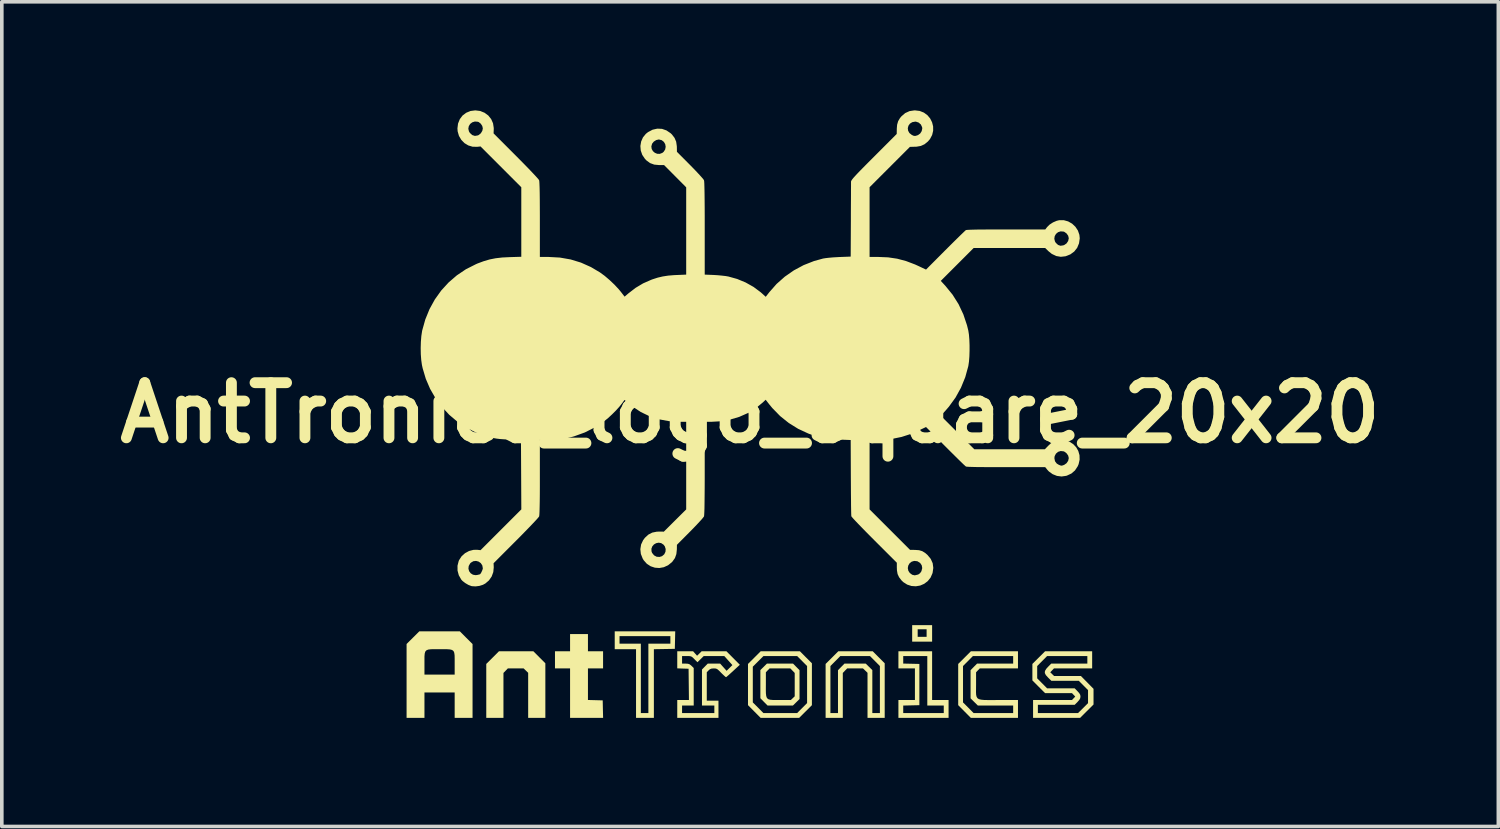
<source format=kicad_pcb>
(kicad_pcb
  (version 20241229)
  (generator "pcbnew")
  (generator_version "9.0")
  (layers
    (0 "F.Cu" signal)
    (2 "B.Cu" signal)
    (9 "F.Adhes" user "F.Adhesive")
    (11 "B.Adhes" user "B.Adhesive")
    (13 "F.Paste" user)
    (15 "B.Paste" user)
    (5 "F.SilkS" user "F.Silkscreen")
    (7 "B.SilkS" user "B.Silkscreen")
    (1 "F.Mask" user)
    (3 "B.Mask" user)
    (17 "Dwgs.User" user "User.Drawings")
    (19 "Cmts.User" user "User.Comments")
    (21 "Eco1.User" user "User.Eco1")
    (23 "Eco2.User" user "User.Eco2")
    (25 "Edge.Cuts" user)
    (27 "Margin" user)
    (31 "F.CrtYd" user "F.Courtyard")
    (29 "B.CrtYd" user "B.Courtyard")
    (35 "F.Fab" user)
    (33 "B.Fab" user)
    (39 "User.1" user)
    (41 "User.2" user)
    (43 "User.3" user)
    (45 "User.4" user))
  (footprint "AntTronics_logo_square_20x20"
    (layer "F.Cu")
    (at 17.678 8.36)
    (property "Reference" "AntTronics_logo_square_20x20" (at 0 0 0) (layer "F.SilkS") (effects (font (size 1.524 1.524) (thickness 0.3))))
    (attr board_only exclude_from_pos_files exclude_from_bom)
    (fp_poly (pts (xy 5.031 6.322) (xy 4.48 6.322) (xy 4.48 6.189) (xy 4.632 6.189) (xy 4.879 6.189) (xy 4.879 5.98) (xy 4.632 5.98) (xy 4.632 6.189) (xy 4.48 6.189) (xy 4.48 5.866) (xy 5.031 5.866)) (stroke (width 0) (type solid)) (fill yes) (layer "F.SilkS"))
    (fp_poly (pts (xy -4.48 6.587) (xy -4.062 6.587) (xy -4.062 7.062) (xy -4.48 7.062) (xy -4.48 7.934) (xy -4.072 7.945) (xy -4.067 8.187) (xy -4.061 8.429) (xy -4.974 8.429) (xy -4.974 7.062) (xy -5.391 7.062) (xy -5.391 6.587) (xy -4.974 6.587) (xy -4.974 6.113) (xy -4.48 6.113)) (stroke (width 0) (type solid)) (fill yes) (layer "F.SilkS"))
    (fp_poly (pts (xy -5.823 6.754) (xy -5.657 6.92) (xy -5.657 8.429) (xy -6.132 8.429) (xy -6.132 7.183) (xy -6.194 7.123) (xy -6.257 7.062) (xy -6.694 7.062) (xy -6.754 7.124) (xy -6.815 7.187) (xy -6.815 8.429) (xy -7.29 8.429) (xy -7.29 6.938) (xy -7.114 6.763) (xy -6.938 6.587) (xy -5.989 6.587)) (stroke (width 0) (type solid)) (fill yes) (layer "F.SilkS"))
    (fp_poly (pts (xy -2.079 6.521) (xy -2.368 6.526) (xy -2.658 6.531) (xy -2.658 8.429) (xy -3.151 8.429) (xy -3.151 6.53) (xy -3.74 6.53) (xy -3.74 6.378) (xy -3.607 6.378) (xy -3.018 6.378) (xy -3.018 8.296) (xy -2.81 8.296) (xy -2.81 6.378) (xy -2.202 6.378) (xy -2.202 6.17) (xy -3.607 6.17) (xy -3.607 6.378) (xy -3.74 6.378) (xy -3.74 6.037) (xy -2.068 6.037)) (stroke (width 0) (type solid)) (fill yes) (layer "F.SilkS"))
    (fp_poly (pts (xy 1.543 6.754) (xy 1.709 6.92) (xy 1.709 8.078) (xy 1.357 8.429) (xy 0.293 8.429) (xy 0.118 8.253) (xy -0.057 8.077) (xy -0.057 8.001) (xy 0.076 8.001) (xy 0.223 8.148) (xy 0.369 8.296) (xy 1.301 8.296) (xy 1.576 8.02) (xy 1.576 6.996) (xy 1.301 6.72) (xy 0.371 6.72) (xy 0.223 6.867) (xy 0.076 7.014) (xy 0.076 8.001) (xy -0.057 8.001) (xy -0.057 6.938) (xy 0.119 6.763) (xy 0.295 6.587) (xy 1.377 6.587)) (stroke (width 0) (type solid)) (fill yes) (layer "F.SilkS"))
    (fp_poly (pts (xy 5.031 7.935) (xy 5.486 7.935) (xy 5.486 8.429) (xy 4.1 8.429) (xy 4.1 8.296) (xy 4.233 8.296) (xy 5.353 8.296) (xy 5.353 8.087) (xy 4.898 8.087) (xy 4.898 6.72) (xy 4.233 6.72) (xy 4.233 6.928) (xy 4.456 6.933) (xy 4.679 6.938) (xy 4.679 8.078) (xy 4.456 8.083) (xy 4.233 8.088) (xy 4.233 8.296) (xy 4.1 8.296) (xy 4.1 7.935) (xy 4.556 7.935) (xy 4.556 7.062) (xy 4.1 7.062) (xy 4.1 6.587) (xy 5.031 6.587)) (stroke (width 0) (type solid)) (fill yes) (layer "F.SilkS"))
    (fp_poly (pts (xy 1.367 7.111) (xy 1.367 7.908) (xy 1.276 7.998) (xy 1.185 8.087) (xy 0.483 8.087) (xy 0.384 7.987) (xy 0.285 7.886) (xy 0.285 7.646) (xy 0.436 7.646) (xy 0.438 7.75) (xy 0.447 7.826) (xy 0.466 7.878) (xy 0.5 7.91) (xy 0.553 7.927) (xy 0.629 7.934) (xy 0.732 7.935) (xy 0.823 7.935) (xy 1.127 7.935) (xy 1.181 7.884) (xy 1.234 7.833) (xy 1.234 7.187) (xy 1.113 7.062) (xy 0.539 7.062) (xy 0.488 7.115) (xy 0.437 7.168) (xy 0.437 7.508) (xy 0.436 7.646) (xy 0.285 7.646) (xy 0.285 7.108) (xy 0.466 6.929) (xy 1.188 6.929)) (stroke (width 0) (type solid)) (fill yes) (layer "F.SilkS"))
    (fp_poly (pts (xy 3.555 6.754) (xy 3.721 6.92) (xy 3.721 8.429) (xy 3.246 8.429) (xy 3.246 7.183) (xy 3.184 7.123) (xy 3.121 7.062) (xy 2.684 7.062) (xy 2.623 7.124) (xy 2.563 7.187) (xy 2.563 8.429) (xy 2.088 8.429) (xy 2.088 8.296) (xy 2.221 8.296) (xy 2.43 8.296) (xy 2.43 7.111) (xy 2.609 6.929) (xy 3.197 6.929) (xy 3.379 7.108) (xy 3.379 8.296) (xy 3.588 8.296) (xy 3.588 6.996) (xy 3.314 6.72) (xy 2.495 6.72) (xy 2.358 6.858) (xy 2.221 6.996) (xy 2.221 8.296) (xy 2.088 8.296) (xy 2.088 6.938) (xy 2.264 6.763) (xy 2.44 6.587) (xy 3.389 6.587)) (stroke (width 0) (type solid)) (fill yes) (layer "F.SilkS"))
    (fp_poly (pts (xy -7.845 6.213) (xy -7.669 6.389) (xy -7.669 8.429) (xy -8.163 8.429) (xy -8.163 7.726) (xy -8.998 7.726) (xy -8.998 8.429) (xy -9.492 8.429) (xy -9.492 6.838) (xy -8.998 6.838) (xy -8.998 6.923) (xy -8.998 7.233) (xy -8.163 7.233) (xy -8.163 6.925) (xy -8.163 6.796) (xy -8.165 6.699) (xy -8.175 6.628) (xy -8.196 6.581) (xy -8.235 6.552) (xy -8.294 6.537) (xy -8.38 6.531) (xy -8.496 6.53) (xy -8.578 6.53) (xy -8.715 6.53) (xy -8.818 6.532) (xy -8.893 6.541) (xy -8.943 6.561) (xy -8.975 6.597) (xy -8.991 6.652) (xy -8.998 6.731) (xy -8.998 6.838) (xy -9.492 6.838) (xy -9.492 6.387) (xy -9.316 6.212) (xy -9.14 6.037) (xy -8.02 6.037)) (stroke (width 0) (type solid)) (fill yes) (layer "F.SilkS"))
    (fp_poly (pts (xy 7.404 7.062) (xy 6.348 7.062) (xy 6.297 7.115) (xy 6.246 7.168) (xy 6.246 7.51) (xy 6.245 7.627) (xy 6.244 7.72) (xy 6.248 7.792) (xy 6.261 7.846) (xy 6.285 7.885) (xy 6.325 7.911) (xy 6.385 7.926) (xy 6.467 7.934) (xy 6.577 7.936) (xy 6.718 7.936) (xy 6.869 7.935) (xy 7.404 7.935) (xy 7.404 8.429) (xy 6.102 8.429) (xy 5.927 8.253) (xy 5.752 8.077) (xy 5.752 8.001) (xy 5.885 8.001) (xy 6.032 8.148) (xy 6.178 8.296) (xy 7.271 8.296) (xy 7.271 8.087) (xy 6.294 8.087) (xy 6.194 7.988) (xy 6.094 7.889) (xy 6.094 7.111) (xy 6.183 7.02) (xy 6.273 6.929) (xy 7.271 6.929) (xy 7.271 6.72) (xy 6.159 6.72) (xy 5.885 6.996) (xy 5.885 8.001) (xy 5.752 8.001) (xy 5.752 6.938) (xy 5.928 6.763) (xy 6.104 6.587) (xy 7.404 6.587)) (stroke (width 0) (type solid)) (fill yes) (layer "F.SilkS"))
    (fp_poly (pts (xy 9.454 7.062) (xy 8.398 7.062) (xy 8.347 7.115) (xy 8.296 7.169) (xy 8.402 7.271) (xy 9.143 7.271) (xy 9.317 7.448) (xy 9.492 7.626) (xy 9.492 8.059) (xy 9.306 8.244) (xy 9.121 8.429) (xy 7.821 8.429) (xy 7.821 7.935) (xy 8.897 7.935) (xy 8.941 7.888) (xy 8.986 7.84) (xy 8.897 7.745) (xy 8.153 7.745) (xy 7.977 7.569) (xy 7.802 7.393) (xy 7.802 7.336) (xy 7.935 7.336) (xy 8.072 7.474) (xy 8.209 7.612) (xy 8.971 7.612) (xy 9.051 7.694) (xy 9.1 7.75) (xy 9.125 7.795) (xy 9.131 7.84) (xy 9.124 7.887) (xy 9.098 7.933) (xy 9.051 7.987) (xy 8.971 8.068) (xy 7.954 8.068) (xy 7.954 8.296) (xy 9.064 8.296) (xy 9.202 8.159) (xy 9.34 8.022) (xy 9.34 7.661) (xy 9.212 7.532) (xy 9.085 7.404) (xy 8.326 7.404) (xy 8.235 7.314) (xy 8.174 7.246) (xy 8.145 7.188) (xy 8.15 7.132) (xy 8.187 7.071) (xy 8.233 7.02) (xy 8.323 6.929) (xy 9.321 6.929) (xy 9.321 6.72) (xy 8.209 6.72) (xy 7.935 6.996) (xy 7.935 7.336) (xy 7.802 7.336) (xy 7.802 6.938) (xy 8.154 6.587) (xy 9.454 6.587)) (stroke (width 0) (type solid)) (fill yes) (layer "F.SilkS"))
    (fp_poly (pts (xy -1.52 6.649) (xy -1.464 6.711) (xy -1.4 6.649) (xy -1.337 6.587) (xy -0.654 6.587) (xy -0.468 6.774) (xy -0.282 6.961) (xy -0.465 7.13) (xy -0.534 7.193) (xy -0.594 7.247) (xy -0.638 7.285) (xy -0.661 7.303) (xy -0.662 7.304) (xy -0.681 7.294) (xy -0.718 7.261) (xy -0.769 7.213) (xy -0.796 7.186) (xy -0.854 7.127) (xy -0.895 7.09) (xy -0.929 7.071) (xy -0.963 7.063) (xy -1.004 7.062) (xy -1.068 7.067) (xy -1.112 7.086) (xy -1.145 7.115) (xy -1.196 7.168) (xy -1.196 7.954) (xy -0.873 7.954) (xy -0.873 8.429) (xy -2.012 8.429) (xy -2.012 8.296) (xy -1.879 8.296) (xy -0.987 8.296) (xy -0.987 8.087) (xy -1.329 8.087) (xy -1.329 7.092) (xy -1.249 7.01) (xy -1.169 6.929) (xy -0.997 6.929) (xy -0.826 6.929) (xy -0.737 7.029) (xy -0.648 7.128) (xy -0.568 7.049) (xy -0.488 6.97) (xy -0.6 6.845) (xy -0.712 6.72) (xy -0.996 6.72) (xy -1.28 6.72) (xy -1.367 6.806) (xy -1.454 6.891) (xy -1.538 6.806) (xy -1.584 6.76) (xy -1.619 6.735) (xy -1.658 6.723) (xy -1.715 6.72) (xy -1.75 6.72) (xy -1.879 6.72) (xy -1.879 6.929) (xy -1.781 6.929) (xy -1.716 6.933) (xy -1.671 6.948) (xy -1.628 6.981) (xy -1.619 6.99) (xy -1.557 7.05) (xy -1.557 8.087) (xy -1.879 8.087) (xy -1.879 8.296) (xy -2.012 8.296) (xy -2.012 7.935) (xy -1.689 7.935) (xy -1.694 7.503) (xy -1.699 7.071) (xy -1.856 7.066) (xy -2.012 7.06) (xy -2.012 6.587) (xy -1.575 6.587)) (stroke (width 0) (type solid)) (fill yes) (layer "F.SilkS"))
    (fp_poly (pts (xy 4.688 -8.344) (xy 4.804 -8.298) (xy 4.901 -8.227) (xy 4.977 -8.136) (xy 5.03 -8.031) (xy 5.059 -7.917) (xy 5.06 -7.798) (xy 5.032 -7.68) (xy 4.973 -7.568) (xy 4.915 -7.5) (xy 4.822 -7.424) (xy 4.72 -7.377) (xy 4.6 -7.356) (xy 4.558 -7.355) (xy 4.418 -7.351) (xy 3.861 -6.794) (xy 3.303 -6.236) (xy 3.303 -4.309) (xy 3.547 -4.309) (xy 3.815 -4.298) (xy 4.065 -4.261) (xy 4.31 -4.196) (xy 4.558 -4.102) (xy 4.657 -4.057) (xy 4.863 -3.96) (xy 5.398 -4.497) (xy 5.516 -4.615) (xy 5.627 -4.725) (xy 5.715 -4.812) (xy 8.408 -4.812) (xy 8.426 -4.738) (xy 8.45 -4.699) (xy 8.512 -4.641) (xy 8.579 -4.618) (xy 8.657 -4.63) (xy 8.684 -4.64) (xy 8.747 -4.684) (xy 8.791 -4.751) (xy 8.808 -4.826) (xy 8.808 -4.826) (xy 8.791 -4.896) (xy 8.746 -4.959) (xy 8.684 -5.003) (xy 8.664 -5.01) (xy 8.582 -5.016) (xy 8.511 -4.993) (xy 8.455 -4.946) (xy 8.419 -4.884) (xy 8.408 -4.812) (xy 5.715 -4.812) (xy 5.728 -4.824) (xy 5.814 -4.909) (xy 5.885 -4.977) (xy 5.935 -5.025) (xy 5.963 -5.05) (xy 5.966 -5.052) (xy 5.993 -5.056) (xy 6.055 -5.06) (xy 6.152 -5.063) (xy 6.281 -5.066) (xy 6.441 -5.067) (xy 6.63 -5.069) (xy 6.845 -5.069) (xy 7.079 -5.069) (xy 8.158 -5.068) (xy 8.209 -5.135) (xy 8.279 -5.204) (xy 8.372 -5.264) (xy 8.474 -5.308) (xy 8.545 -5.325) (xy 8.671 -5.325) (xy 8.791 -5.291) (xy 8.9 -5.229) (xy 8.991 -5.143) (xy 9.06 -5.039) (xy 9.101 -4.921) (xy 9.111 -4.824) (xy 9.091 -4.685) (xy 9.04 -4.562) (xy 8.958 -4.458) (xy 8.851 -4.38) (xy 8.719 -4.328) (xy 8.587 -4.313) (xy 8.459 -4.335) (xy 8.338 -4.394) (xy 8.253 -4.462) (xy 8.156 -4.556) (xy 6.179 -4.556) (xy 5.725 -4.102) (xy 5.271 -3.648) (xy 5.399 -3.509) (xy 5.596 -3.267) (xy 5.762 -3.004) (xy 5.895 -2.721) (xy 5.996 -2.419) (xy 6.032 -2.272) (xy 6.049 -2.162) (xy 6.06 -2.025) (xy 6.066 -1.872) (xy 6.066 -1.713) (xy 6.061 -1.558) (xy 6.05 -1.418) (xy 6.033 -1.303) (xy 6.031 -1.291) (xy 5.947 -0.986) (xy 5.828 -0.695) (xy 5.678 -0.423) (xy 5.495 -0.171) (xy 5.399 -0.06) (xy 5.271 0.079) (xy 5.735 0.543) (xy 6.198 1.006) (xy 8.146 1.006) (xy 8.246 0.903) (xy 8.313 0.841) (xy 8.373 0.801) (xy 8.44 0.773) (xy 8.456 0.768) (xy 8.59 0.747) (xy 8.716 0.758) (xy 8.831 0.799) (xy 8.931 0.864) (xy 9.012 0.95) (xy 9.071 1.053) (xy 9.104 1.168) (xy 9.108 1.291) (xy 9.08 1.417) (xy 9.054 1.477) (xy 8.979 1.591) (xy 8.882 1.675) (xy 8.758 1.733) (xy 8.735 1.74) (xy 8.609 1.758) (xy 8.482 1.742) (xy 8.362 1.694) (xy 8.258 1.619) (xy 8.217 1.575) (xy 8.156 1.499) (xy 7.078 1.5) (xy 6.835 1.5) (xy 6.618 1.5) (xy 6.43 1.498) (xy 6.271 1.497) (xy 6.143 1.494) (xy 6.049 1.491) (xy 5.989 1.487) (xy 5.966 1.483) (xy 5.946 1.466) (xy 5.901 1.425) (xy 5.837 1.363) (xy 5.755 1.283) (xy 5.723 1.251) (xy 8.41 1.251) (xy 8.427 1.336) (xy 8.476 1.401) (xy 8.531 1.434) (xy 8.579 1.454) (xy 8.613 1.459) (xy 8.651 1.448) (xy 8.684 1.435) (xy 8.747 1.39) (xy 8.791 1.324) (xy 8.808 1.249) (xy 8.808 1.249) (xy 8.791 1.18) (xy 8.747 1.117) (xy 8.686 1.071) (xy 8.666 1.063) (xy 8.585 1.054) (xy 8.511 1.077) (xy 8.453 1.127) (xy 8.417 1.197) (xy 8.41 1.251) (xy 5.723 1.251) (xy 5.658 1.187) (xy 5.55 1.08) (xy 5.434 0.964) (xy 5.398 0.928) (xy 4.863 0.391) (xy 4.657 0.488) (xy 4.417 0.591) (xy 4.187 0.665) (xy 3.957 0.712) (xy 3.716 0.736) (xy 3.555 0.74) (xy 3.303 0.74) (xy 3.303 2.667) (xy 3.862 3.226) (xy 4.421 3.785) (xy 4.56 3.787) (xy 4.67 3.795) (xy 4.758 3.821) (xy 4.84 3.871) (xy 4.904 3.927) (xy 4.993 4.035) (xy 5.047 4.155) (xy 5.064 4.285) (xy 5.044 4.423) (xy 5.041 4.432) (xy 4.988 4.553) (xy 4.91 4.65) (xy 4.812 4.724) (xy 4.701 4.772) (xy 4.582 4.792) (xy 4.461 4.784) (xy 4.343 4.746) (xy 4.236 4.678) (xy 4.185 4.629) (xy 4.118 4.542) (xy 4.077 4.454) (xy 4.059 4.352) (xy 4.057 4.29) (xy 4.359 4.29) (xy 4.374 4.363) (xy 4.414 4.424) (xy 4.481 4.474) (xy 4.552 4.49) (xy 4.635 4.47) (xy 4.664 4.457) (xy 4.7 4.427) (xy 4.734 4.379) (xy 4.737 4.371) (xy 4.758 4.289) (xy 4.744 4.212) (xy 4.7 4.147) (xy 4.629 4.103) (xy 4.616 4.099) (xy 4.535 4.091) (xy 4.464 4.113) (xy 4.408 4.158) (xy 4.372 4.22) (xy 4.359 4.29) (xy 4.057 4.29) (xy 4.056 4.277) (xy 4.056 4.141) (xy 3.432 3.518) (xy 3.305 3.39) (xy 3.186 3.27) (xy 3.078 3.159) (xy 2.984 3.062) (xy 2.906 2.98) (xy 2.847 2.916) (xy 2.811 2.874) (xy 2.799 2.857) (xy 2.797 2.831) (xy 2.795 2.771) (xy 2.793 2.68) (xy 2.791 2.562) (xy 2.79 2.421) (xy 2.788 2.26) (xy 2.787 2.082) (xy 2.786 1.892) (xy 2.785 1.784) (xy 2.781 0.75) (xy 2.468 0.738) (xy 2.272 0.727) (xy 2.102 0.708) (xy 1.947 0.679) (xy 1.795 0.637) (xy 1.634 0.58) (xy 1.608 0.57) (xy 1.33 0.441) (xy 1.07 0.28) (xy 0.831 0.088) (xy 0.616 -0.132) (xy 0.532 -0.234) (xy 0.431 -0.363) (xy 0.353 -0.289) (xy 0.159 -0.129) (xy -0.06 0.005) (xy -0.3 0.111) (xy -0.557 0.187) (xy -0.827 0.233) (xy -1.077 0.247) (xy -1.253 0.247) (xy -1.253 1.527) (xy -1.253 1.824) (xy -1.254 2.083) (xy -1.256 2.304) (xy -1.258 2.489) (xy -1.26 2.636) (xy -1.264 2.746) (xy -1.268 2.82) (xy -1.272 2.858) (xy -1.273 2.861) (xy -1.292 2.888) (xy -1.333 2.938) (xy -1.395 3.006) (xy -1.472 3.089) (xy -1.561 3.182) (xy -1.657 3.28) (xy -2.021 3.646) (xy -2.023 3.773) (xy -2.037 3.903) (xy -2.076 4.012) (xy -2.144 4.108) (xy -2.16 4.126) (xy -2.267 4.212) (xy -2.384 4.265) (xy -2.507 4.287) (xy -2.63 4.278) (xy -2.747 4.239) (xy -2.852 4.171) (xy -2.939 4.073) (xy -2.967 4.027) (xy -3.018 3.898) (xy -3.032 3.766) (xy -3.03 3.754) (xy -2.726 3.754) (xy -2.723 3.827) (xy -2.707 3.87) (xy -2.653 3.937) (xy -2.581 3.976) (xy -2.501 3.981) (xy -2.433 3.96) (xy -2.372 3.909) (xy -2.338 3.84) (xy -2.332 3.763) (xy -2.356 3.688) (xy -2.39 3.643) (xy -2.456 3.599) (xy -2.527 3.587) (xy -2.595 3.601) (xy -2.656 3.636) (xy -2.702 3.689) (xy -2.726 3.754) (xy -3.03 3.754) (xy -3.011 3.637) (xy -2.954 3.516) (xy -2.905 3.451) (xy -2.809 3.363) (xy -2.702 3.308) (xy -2.577 3.283) (xy -2.517 3.281) (xy -2.382 3.282) (xy -2.074 2.975) (xy -1.765 2.668) (xy -1.765 0.247) (xy -1.941 0.246) (xy -2.238 0.229) (xy -2.516 0.178) (xy -2.777 0.093) (xy -3.022 -0.025) (xy -3.251 -0.177) (xy -3.327 -0.237) (xy -3.47 -0.357) (xy -3.533 -0.269) (xy -3.608 -0.175) (xy -3.704 -0.068) (xy -3.812 0.04) (xy -3.922 0.142) (xy -4.025 0.226) (xy -4.028 0.228) (xy -4.287 0.4) (xy -4.567 0.541) (xy -4.862 0.648) (xy -4.955 0.674) (xy -5.04 0.695) (xy -5.118 0.71) (xy -5.2 0.72) (xy -5.295 0.728) (xy -5.414 0.733) (xy -5.482 0.735) (xy -5.809 0.745) (xy -5.809 1.776) (xy -5.809 2.033) (xy -5.81 2.257) (xy -5.812 2.447) (xy -5.815 2.602) (xy -5.818 2.722) (xy -5.822 2.806) (xy -5.827 2.853) (xy -5.829 2.861) (xy -5.846 2.885) (xy -5.887 2.933) (xy -5.95 3.001) (xy -6.032 3.088) (xy -6.129 3.189) (xy -6.24 3.303) (xy -6.36 3.426) (xy -6.468 3.534) (xy -7.088 4.155) (xy -7.083 4.27) (xy -7.096 4.4) (xy -7.141 4.522) (xy -7.216 4.63) (xy -7.314 4.714) (xy -7.38 4.75) (xy -7.477 4.781) (xy -7.582 4.795) (xy -7.679 4.79) (xy -7.701 4.786) (xy -7.784 4.754) (xy -7.871 4.703) (xy -7.946 4.645) (xy -7.981 4.607) (xy -8.049 4.488) (xy -8.084 4.358) (xy -8.084 4.306) (xy -7.783 4.306) (xy -7.763 4.376) (xy -7.72 4.433) (xy -7.658 4.472) (xy -7.582 4.485) (xy -7.527 4.477) (xy -7.486 4.466) (xy -7.465 4.461) (xy -7.465 4.461) (xy -7.449 4.445) (xy -7.426 4.407) (xy -7.404 4.359) (xy -7.388 4.315) (xy -7.385 4.294) (xy -7.4 4.214) (xy -7.442 4.151) (xy -7.503 4.109) (xy -7.573 4.091) (xy -7.646 4.099) (xy -7.713 4.138) (xy -7.735 4.16) (xy -7.775 4.232) (xy -7.783 4.306) (xy -8.084 4.306) (xy -8.085 4.224) (xy -8.052 4.094) (xy -8.042 4.071) (xy -7.973 3.964) (xy -7.878 3.878) (xy -7.766 3.817) (xy -7.643 3.785) (xy -7.537 3.784) (xy -7.448 3.794) (xy -6.321 2.667) (xy -6.326 1.708) (xy -6.331 0.75) (xy -6.644 0.738) (xy -6.788 0.731) (xy -6.905 0.723) (xy -7.006 0.711) (xy -7.1 0.694) (xy -7.199 0.67) (xy -7.296 0.643) (xy -7.577 0.542) (xy -7.842 0.408) (xy -8.088 0.244) (xy -8.313 0.053) (xy -8.515 -0.164) (xy -8.692 -0.404) (xy -8.842 -0.664) (xy -8.961 -0.941) (xy -9.048 -1.234) (xy -9.068 -1.325) (xy -9.087 -1.461) (xy -9.099 -1.62) (xy -9.102 -1.792) (xy -9.097 -1.965) (xy -9.084 -2.126) (xy -9.063 -2.263) (xy -9.06 -2.278) (xy -8.975 -2.581) (xy -8.858 -2.868) (xy -8.711 -3.135) (xy -8.535 -3.381) (xy -8.332 -3.603) (xy -8.104 -3.8) (xy -7.853 -3.969) (xy -7.58 -4.107) (xy -7.533 -4.128) (xy -7.361 -4.192) (xy -7.198 -4.24) (xy -7.031 -4.273) (xy -6.849 -4.294) (xy -6.649 -4.304) (xy -6.322 -4.314) (xy -6.322 -6.236) (xy -7.448 -7.363) (xy -7.537 -7.353) (xy -7.666 -7.355) (xy -7.787 -7.391) (xy -7.893 -7.455) (xy -7.98 -7.545) (xy -8.045 -7.655) (xy -8.081 -7.78) (xy -8.086 -7.852) (xy -7.786 -7.852) (xy -7.768 -7.778) (xy -7.743 -7.737) (xy -7.677 -7.677) (xy -7.603 -7.654) (xy -7.523 -7.668) (xy -7.498 -7.679) (xy -7.44 -7.727) (xy -7.399 -7.795) (xy -7.385 -7.863) (xy -7.401 -7.93) (xy -7.442 -7.992) (xy -7.498 -8.036) (xy -7.522 -8.045) (xy -7.605 -8.052) (xy -7.678 -8.029) (xy -7.736 -7.984) (xy -7.773 -7.922) (xy -7.786 -7.852) (xy -8.086 -7.852) (xy -8.087 -7.86) (xy -8.07 -7.996) (xy -8.021 -8.117) (xy -7.945 -8.218) (xy -7.844 -8.294) (xy -7.725 -8.343) (xy -7.593 -8.36) (xy -7.458 -8.343) (xy -7.337 -8.294) (xy -7.234 -8.218) (xy -7.155 -8.12) (xy -7.103 -8.003) (xy -7.083 -7.872) (xy -7.083 -7.839) (xy -7.088 -7.724) (xy -6.468 -7.103) (xy -6.341 -6.975) (xy -6.222 -6.854) (xy -6.113 -6.742) (xy -6.018 -6.642) (xy -5.939 -6.558) (xy -5.88 -6.493) (xy -5.842 -6.448) (xy -5.829 -6.429) (xy -5.824 -6.396) (xy -5.82 -6.326) (xy -5.816 -6.22) (xy -5.813 -6.077) (xy -5.811 -5.9) (xy -5.81 -5.688) (xy -5.809 -5.443) (xy -5.809 -5.343) (xy -5.809 -4.309) (xy -5.567 -4.309) (xy -5.255 -4.292) (xy -4.958 -4.24) (xy -4.673 -4.153) (xy -4.398 -4.03) (xy -4.148 -3.882) (xy -4.018 -3.787) (xy -3.88 -3.669) (xy -3.745 -3.541) (xy -3.626 -3.413) (xy -3.57 -3.345) (xy -3.467 -3.212) (xy -3.361 -3.303) (xy -3.162 -3.456) (xy -2.956 -3.579) (xy -2.731 -3.678) (xy -2.696 -3.691) (xy -2.554 -3.737) (xy -2.414 -3.77) (xy -2.266 -3.793) (xy -2.097 -3.807) (xy -2.026 -3.81) (xy -1.765 -3.821) (xy -1.765 -6.233) (xy -2.071 -6.541) (xy -2.377 -6.849) (xy -2.512 -6.848) (xy -2.648 -6.861) (xy -2.763 -6.903) (xy -2.864 -6.977) (xy -2.905 -7.02) (xy -2.979 -7.13) (xy -3.021 -7.251) (xy -3.03 -7.363) (xy -2.728 -7.363) (xy -2.718 -7.293) (xy -2.684 -7.233) (xy -2.631 -7.187) (xy -2.566 -7.16) (xy -2.495 -7.158) (xy -2.426 -7.184) (xy -2.39 -7.212) (xy -2.346 -7.279) (xy -2.332 -7.354) (xy -2.345 -7.427) (xy -2.383 -7.49) (xy -2.441 -7.536) (xy -2.516 -7.555) (xy -2.525 -7.555) (xy -2.594 -7.539) (xy -2.66 -7.497) (xy -2.707 -7.439) (xy -2.728 -7.363) (xy -3.03 -7.363) (xy -3.031 -7.376) (xy -3.01 -7.499) (xy -2.96 -7.613) (xy -2.88 -7.711) (xy -2.82 -7.759) (xy -2.693 -7.826) (xy -2.563 -7.855) (xy -2.434 -7.849) (xy -2.31 -7.806) (xy -2.196 -7.729) (xy -2.16 -7.695) (xy -2.087 -7.6) (xy -2.042 -7.494) (xy -2.024 -7.369) (xy -2.023 -7.342) (xy -2.021 -7.215) (xy -1.657 -6.849) (xy -1.56 -6.75) (xy -1.471 -6.657) (xy -1.394 -6.574) (xy -1.333 -6.506) (xy -1.291 -6.456) (xy -1.273 -6.429) (xy -1.268 -6.398) (xy -1.264 -6.33) (xy -1.261 -6.226) (xy -1.258 -6.085) (xy -1.256 -5.907) (xy -1.254 -5.692) (xy -1.253 -5.439) (xy -1.253 -5.149) (xy -1.253 -5.099) (xy -1.253 -3.821) (xy -1.001 -3.811) (xy -0.89 -3.804) (xy -0.776 -3.793) (xy -0.672 -3.781) (xy -0.598 -3.768) (xy -0.357 -3.701) (xy -0.123 -3.604) (xy 0.096 -3.481) (xy 0.292 -3.335) (xy 0.332 -3.3) (xy 0.433 -3.208) (xy 0.533 -3.336) (xy 0.733 -3.563) (xy 0.96 -3.764) (xy 1.21 -3.938) (xy 1.48 -4.083) (xy 1.767 -4.196) (xy 2.017 -4.265) (xy 2.085 -4.276) (xy 2.18 -4.287) (xy 2.293 -4.297) (xy 2.411 -4.304) (xy 2.468 -4.307) (xy 2.781 -4.319) (xy 2.786 -5.325) (xy 2.786 -5.519) (xy 2.787 -5.702) (xy 2.788 -5.872) (xy 2.789 -6.024) (xy 2.789 -6.154) (xy 2.79 -6.26) (xy 2.79 -6.336) (xy 2.79 -6.38) (xy 2.79 -6.387) (xy 2.793 -6.404) (xy 2.804 -6.425) (xy 2.824 -6.454) (xy 2.855 -6.493) (xy 2.901 -6.544) (xy 2.962 -6.61) (xy 3.042 -6.693) (xy 3.142 -6.795) (xy 3.265 -6.919) (xy 3.413 -7.067) (xy 3.422 -7.076) (xy 4.053 -7.708) (xy 4.055 -7.845) (xy 4.056 -7.868) (xy 4.359 -7.868) (xy 4.368 -7.798) (xy 4.404 -7.733) (xy 4.47 -7.681) (xy 4.471 -7.68) (xy 4.522 -7.657) (xy 4.564 -7.653) (xy 4.615 -7.667) (xy 4.643 -7.678) (xy 4.702 -7.721) (xy 4.743 -7.786) (xy 4.759 -7.858) (xy 4.755 -7.895) (xy 4.72 -7.97) (xy 4.659 -8.023) (xy 4.584 -8.048) (xy 4.566 -8.049) (xy 4.483 -8.034) (xy 4.419 -7.994) (xy 4.377 -7.936) (xy 4.359 -7.868) (xy 4.056 -7.868) (xy 4.064 -7.964) (xy 4.092 -8.06) (xy 4.143 -8.147) (xy 4.185 -8.197) (xy 4.287 -8.285) (xy 4.406 -8.339) (xy 4.542 -8.36) (xy 4.556 -8.36)) (stroke (width 0) (type solid)) (fill yes) (layer "F.SilkS")))
  (gr_rect
    (start -3 -3)
    (end 38.357 19.789)
    (stroke (width 0.1) (type default))
    (fill no)
    (layer "Edge.Cuts")))
</source>
